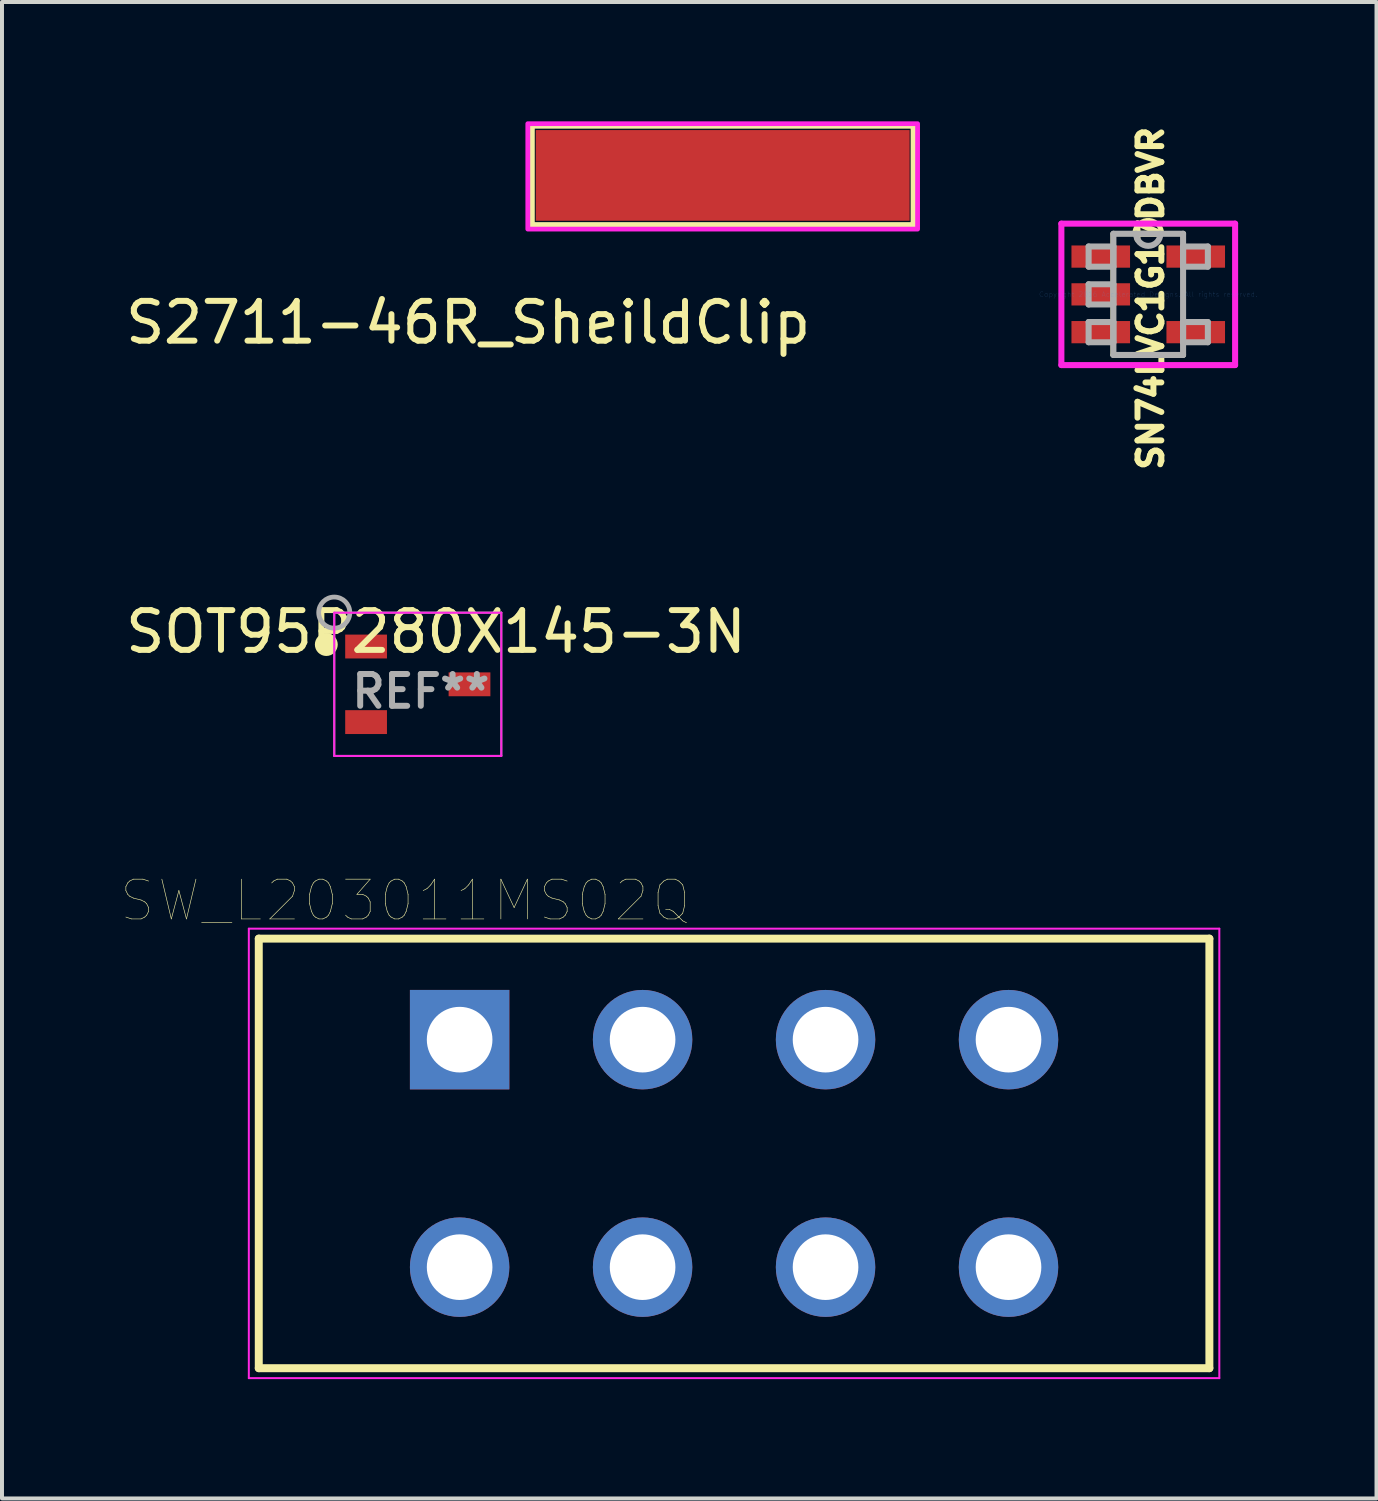
<source format=kicad_pcb>
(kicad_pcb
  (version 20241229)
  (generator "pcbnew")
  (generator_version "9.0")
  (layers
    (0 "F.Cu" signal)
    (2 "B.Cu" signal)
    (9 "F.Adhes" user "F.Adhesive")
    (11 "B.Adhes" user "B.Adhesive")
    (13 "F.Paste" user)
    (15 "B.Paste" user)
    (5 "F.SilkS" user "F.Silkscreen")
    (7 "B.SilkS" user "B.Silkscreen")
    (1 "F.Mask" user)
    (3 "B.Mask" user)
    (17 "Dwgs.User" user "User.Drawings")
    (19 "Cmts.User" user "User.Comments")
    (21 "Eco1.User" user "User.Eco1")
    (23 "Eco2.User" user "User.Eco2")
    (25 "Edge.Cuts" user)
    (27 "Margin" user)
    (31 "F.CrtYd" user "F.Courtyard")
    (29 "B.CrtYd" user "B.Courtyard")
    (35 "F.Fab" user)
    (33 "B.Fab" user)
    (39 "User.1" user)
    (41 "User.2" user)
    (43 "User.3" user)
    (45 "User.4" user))
  (footprint "SOT95P280X145-3N"
    (layer "F.Cu")
    (at 7.454 14.155)
    (property "Reference" "SOT95P280X145-3N" (at 0.457 -1.321 0) (layer "F.SilkS") (effects (font (size 1 1) (thickness 0.15))))
    (attr smd)
    (fp_circle (center -2.4 -1) (end -2.3 -1) (stroke (width 0.127) (type solid)) (fill no) (layer "F.SilkS"))
    (fp_circle (center -2.3 -1) (end -2.2 -1) (stroke (width 0.127) (type solid)) (fill no) (layer "F.SilkS"))
    (fp_circle (center -2.3 -1) (end -2.159 -1) (stroke (width 0.127) (type solid)) (fill no) (layer "F.SilkS"))
    (fp_circle (center -2.3 -1) (end -2.076 -1) (stroke (width 0.127) (type solid)) (fill no) (layer "F.SilkS"))
    (fp_line (start -2.1 -1.8) (end 2.1 -1.8) (stroke (width 0.05) (type solid)) (layer "F.CrtYd"))
    (fp_line (start -2.1 1.8) (end -2.1 -1.8) (stroke (width 0.05) (type solid)) (layer "F.CrtYd"))
    (fp_line (start 2.1 -1.8) (end 2.1 1.8) (stroke (width 0.05) (type solid)) (layer "F.CrtYd"))
    (fp_line (start 2.1 1.8) (end -2.1 1.8) (stroke (width 0.05) (type solid)) (layer "F.CrtYd"))
    (fp_line (start -2.1 -1.803) (end 2.1 -1.803) (stroke (width 0.05) (type solid)) (layer "F.Fab"))
    (fp_line (start -2.1 1.797) (end -2.1 -1.803) (stroke (width 0.05) (type solid)) (layer "F.Fab"))
    (fp_line (start 2.1 -1.803) (end 2.1 1.797) (stroke (width 0.05) (type solid)) (layer "F.Fab"))
    (fp_line (start 2.1 1.8) (end -2.1 1.8) (stroke (width 0.05) (type solid)) (layer "F.Fab"))
    (fp_circle (center -2.1 -1.803) (end -1.803 -1.549) (stroke (width 0.12) (type solid)) (fill no) (layer "F.Fab"))
    (fp_text user "REF**" (at 0.076 0.178 0) (layer "F.Fab") (effects (font (size 0.8 0.8) (thickness 0.15))))
    (pad "1" smd rect (at -1.3 -0.95) (size 1.05 0.6) (layers "F.Cu" "F.Mask" "F.Paste"))
    (pad "2" smd rect (at -1.3 0.95) (size 1.05 0.6) (layers "F.Cu" "F.Mask" "F.Paste"))
    (pad "3" smd rect (at 1.3 0) (size 1.05 0.6) (layers "F.Cu" "F.Mask" "F.Paste")))
  (footprint "SW_L203011MS02Q"
    (layer "F.Cu")
    (at 15.406 25.949)
    (property "Reference" "SW_L203011MS02Q" (at -8.268 -6.357 0) (layer "F.SilkS") (effects (font (size 1 1) (thickness 0.015))))
    (attr through_hole)
    (fp_line (start -11.95 -5.4) (end 11.95 -5.4) (stroke (width 0.2) (type solid)) (layer "F.SilkS"))
    (fp_line (start -11.95 5.4) (end -11.95 -5.4) (stroke (width 0.2) (type solid)) (layer "F.SilkS"))
    (fp_line (start 11.95 -5.4) (end 11.95 5.4) (stroke (width 0.2) (type solid)) (layer "F.SilkS"))
    (fp_line (start 11.95 5.4) (end -11.95 5.4) (stroke (width 0.2) (type solid)) (layer "F.SilkS"))
    (fp_line (start -12.2 -5.65) (end 12.2 -5.65) (stroke (width 0.05) (type solid)) (layer "F.CrtYd"))
    (fp_line (start -12.2 5.65) (end -12.2 -5.65) (stroke (width 0.05) (type solid)) (layer "F.CrtYd"))
    (fp_line (start 12.2 -5.65) (end 12.2 5.65) (stroke (width 0.05) (type solid)) (layer "F.CrtYd"))
    (fp_line (start 12.2 5.65) (end -12.2 5.65) (stroke (width 0.05) (type solid)) (layer "F.CrtYd"))
    (pad "1" thru_hole rect (at -6.9 -2.86) (size 2.5 2.5) (drill 1.65) (layers "*.Cu" "*.Mask"))
    (pad "2" thru_hole circle (at -2.3 -2.86) (size 2.5 2.5) (drill 1.65) (layers "*.Cu" "*.Mask"))
    (pad "3" thru_hole circle (at 2.3 -2.86) (size 2.5 2.5) (drill 1.65) (layers "*.Cu" "*.Mask"))
    (pad "4" thru_hole circle (at 6.9 -2.86) (size 2.5 2.5) (drill 1.65) (layers "*.Cu" "*.Mask"))
    (pad "5" thru_hole circle (at -6.9 2.86) (size 2.5 2.5) (drill 1.65) (layers "*.Cu" "*.Mask"))
    (pad "6" thru_hole circle (at -2.3 2.86) (size 2.5 2.5) (drill 1.65) (layers "*.Cu" "*.Mask"))
    (pad "7" thru_hole circle (at 2.3 2.86) (size 2.5 2.5) (drill 1.65) (layers "*.Cu" "*.Mask"))
    (pad "8" thru_hole circle (at 6.9 2.86) (size 2.5 2.5) (drill 1.65) (layers "*.Cu" "*.Mask")))
  (footprint "S2711-46R_SheildClip"
    (layer "F.Cu")
    (at 15.12 1.36)
    (property "Reference" "S2711-46R_SheildClip" (at -6.4 3.7 0) (unlocked yes) (layer "F.SilkS") (effects (font (size 1 1) (thickness 0.15))))
    (attr smd)
    (fp_rect (start -4.8 -1.25) (end 4.8 1.25) (stroke (width 0.15) (type solid)) (fill no) (layer "F.SilkS"))
    (fp_rect (start -4.9 -1.3) (end 4.9 1.35) (stroke (width 0.12) (type solid)) (fill no) (layer "F.CrtYd"))
    (pad "1" smd rect (at 0 0) (size 9.4 2.28) (layers "F.Cu" "F.Mask" "F.Paste")))
  (footprint "SN74LVC1G17DBVR"
    (layer "F.Cu")
    (at 25.819 4.351)
    (property "Reference" "SN74LVC1G17DBVR" (at 0.06 0.1 90) (layer "F.SilkS") (effects (font (size 0.6 0.6) (thickness 0.15))))
    (attr smd)
    (fp_line (start -0.889 1.524) (end -0.889 -1.524) (stroke (width 0.12) (type solid)) (layer "F.SilkS"))
    (fp_line (start -0.864 -1.524) (end 0.889 -1.524) (stroke (width 0.12) (type solid)) (layer "F.SilkS"))
    (fp_line (start 0.303 -1.524) (end -0.303 -1.524) (stroke (width 0.152) (type solid)) (layer "F.SilkS"))
    (fp_line (start 0.889 -1.524) (end 0.889 1.524) (stroke (width 0.12) (type solid)) (layer "F.SilkS"))
    (fp_line (start 0.889 1.524) (end -0.889 1.524) (stroke (width 0.12) (type solid)) (layer "F.SilkS"))
    (fp_arc (start -0.33497 -1.579113) (mid 0.024685 -1.859249) (end 0.339999 -1.529999) (stroke (width 0.12) (type solid)) (layer "F.SilkS"))
    (fp_line (start -2.184 -1.778) (end 2.184 -1.778) (stroke (width 0.152) (type solid)) (layer "F.CrtYd"))
    (fp_line (start -2.184 1.778) (end -2.184 -1.778) (stroke (width 0.152) (type solid)) (layer "F.CrtYd"))
    (fp_line (start 2.184 -1.778) (end 2.184 1.778) (stroke (width 0.152) (type solid)) (layer "F.CrtYd"))
    (fp_line (start 2.184 1.778) (end -2.184 1.778) (stroke (width 0.152) (type solid)) (layer "F.CrtYd"))
    (fp_line (start -1.499 -1.204) (end -1.499 -0.696) (stroke (width 0.152) (type solid)) (layer "F.Fab"))
    (fp_line (start -1.499 -0.696) (end -0.876 -0.696) (stroke (width 0.152) (type solid)) (layer "F.Fab"))
    (fp_line (start -1.499 -0.254) (end -1.499 0.254) (stroke (width 0.152) (type solid)) (layer "F.Fab"))
    (fp_line (start -1.499 0.254) (end -0.876 0.254) (stroke (width 0.152) (type solid)) (layer "F.Fab"))
    (fp_line (start -1.499 0.696) (end -1.499 1.204) (stroke (width 0.152) (type solid)) (layer "F.Fab"))
    (fp_line (start -1.499 1.204) (end -0.876 1.204) (stroke (width 0.152) (type solid)) (layer "F.Fab"))
    (fp_line (start -0.876 -1.524) (end -0.876 1.524) (stroke (width 0.152) (type solid)) (layer "F.Fab"))
    (fp_line (start -0.876 -1.204) (end -1.499 -1.204) (stroke (width 0.152) (type solid)) (layer "F.Fab"))
    (fp_line (start -0.876 -0.696) (end -0.876 -1.204) (stroke (width 0.152) (type solid)) (layer "F.Fab"))
    (fp_line (start -0.876 -0.254) (end -1.499 -0.254) (stroke (width 0.152) (type solid)) (layer "F.Fab"))
    (fp_line (start -0.876 0.254) (end -0.876 -0.254) (stroke (width 0.152) (type solid)) (layer "F.Fab"))
    (fp_line (start -0.876 0.696) (end -1.499 0.696) (stroke (width 0.152) (type solid)) (layer "F.Fab"))
    (fp_line (start -0.876 1.204) (end -0.876 0.696) (stroke (width 0.152) (type solid)) (layer "F.Fab"))
    (fp_line (start -0.876 1.524) (end 0.876 1.524) (stroke (width 0.152) (type solid)) (layer "F.Fab"))
    (fp_line (start 0.876 -1.524) (end -0.876 -1.524) (stroke (width 0.152) (type solid)) (layer "F.Fab"))
    (fp_line (start 0.876 -1.204) (end 0.876 -0.696) (stroke (width 0.152) (type solid)) (layer "F.Fab"))
    (fp_line (start 0.876 -0.696) (end 1.499 -0.696) (stroke (width 0.152) (type solid)) (layer "F.Fab"))
    (fp_line (start 0.876 0.696) (end 0.876 1.204) (stroke (width 0.152) (type solid)) (layer "F.Fab"))
    (fp_line (start 0.876 1.204) (end 1.499 1.204) (stroke (width 0.152) (type solid)) (layer "F.Fab"))
    (fp_line (start 0.876 1.524) (end 0.876 -1.524) (stroke (width 0.152) (type solid)) (layer "F.Fab"))
    (fp_line (start 1.499 -1.204) (end 0.876 -1.204) (stroke (width 0.152) (type solid)) (layer "F.Fab"))
    (fp_line (start 1.499 -0.696) (end 1.499 -1.204) (stroke (width 0.152) (type solid)) (layer "F.Fab"))
    (fp_line (start 1.499 0.696) (end 0.876 0.696) (stroke (width 0.152) (type solid)) (layer "F.Fab"))
    (fp_line (start 1.499 1.204) (end 1.499 0.696) (stroke (width 0.152) (type solid)) (layer "F.Fab"))
    (fp_arc (start 0.3048 -1.524) (mid 0 -1.2192) (end -0.3048 -1.524) (stroke (width 0.1524) (type solid)) (layer "F.Fab"))
    (fp_text user "Copyright 2016 Accelerated Designs. All rights reserved." (at 0 0 0) (layer "Cmts.User") (effects (font (size 0.127 0.127) (thickness 0.002))))
    (pad "1" smd rect (at -1.194 -0.95) (size 1.473 0.559) (layers "F.Cu" "F.Mask" "F.Paste"))
    (pad "2" smd rect (at -1.194 0) (size 1.473 0.559) (layers "F.Cu" "F.Mask" "F.Paste"))
    (pad "3" smd rect (at -1.194 0.95) (size 1.473 0.559) (layers "F.Cu" "F.Mask" "F.Paste"))
    (pad "4" smd rect (at 1.194 0.95) (size 1.473 0.559) (layers "F.Cu" "F.Mask" "F.Paste"))
    (pad "5" smd rect (at 1.194 -0.95) (size 1.473 0.559) (layers "F.Cu" "F.Mask" "F.Paste")))
  (gr_rect
    (start -3 -3)
    (end 31.558 34.624)
    (stroke (width 0.1) (type default))
    (fill no)
    (layer "Edge.Cuts")))
</source>
